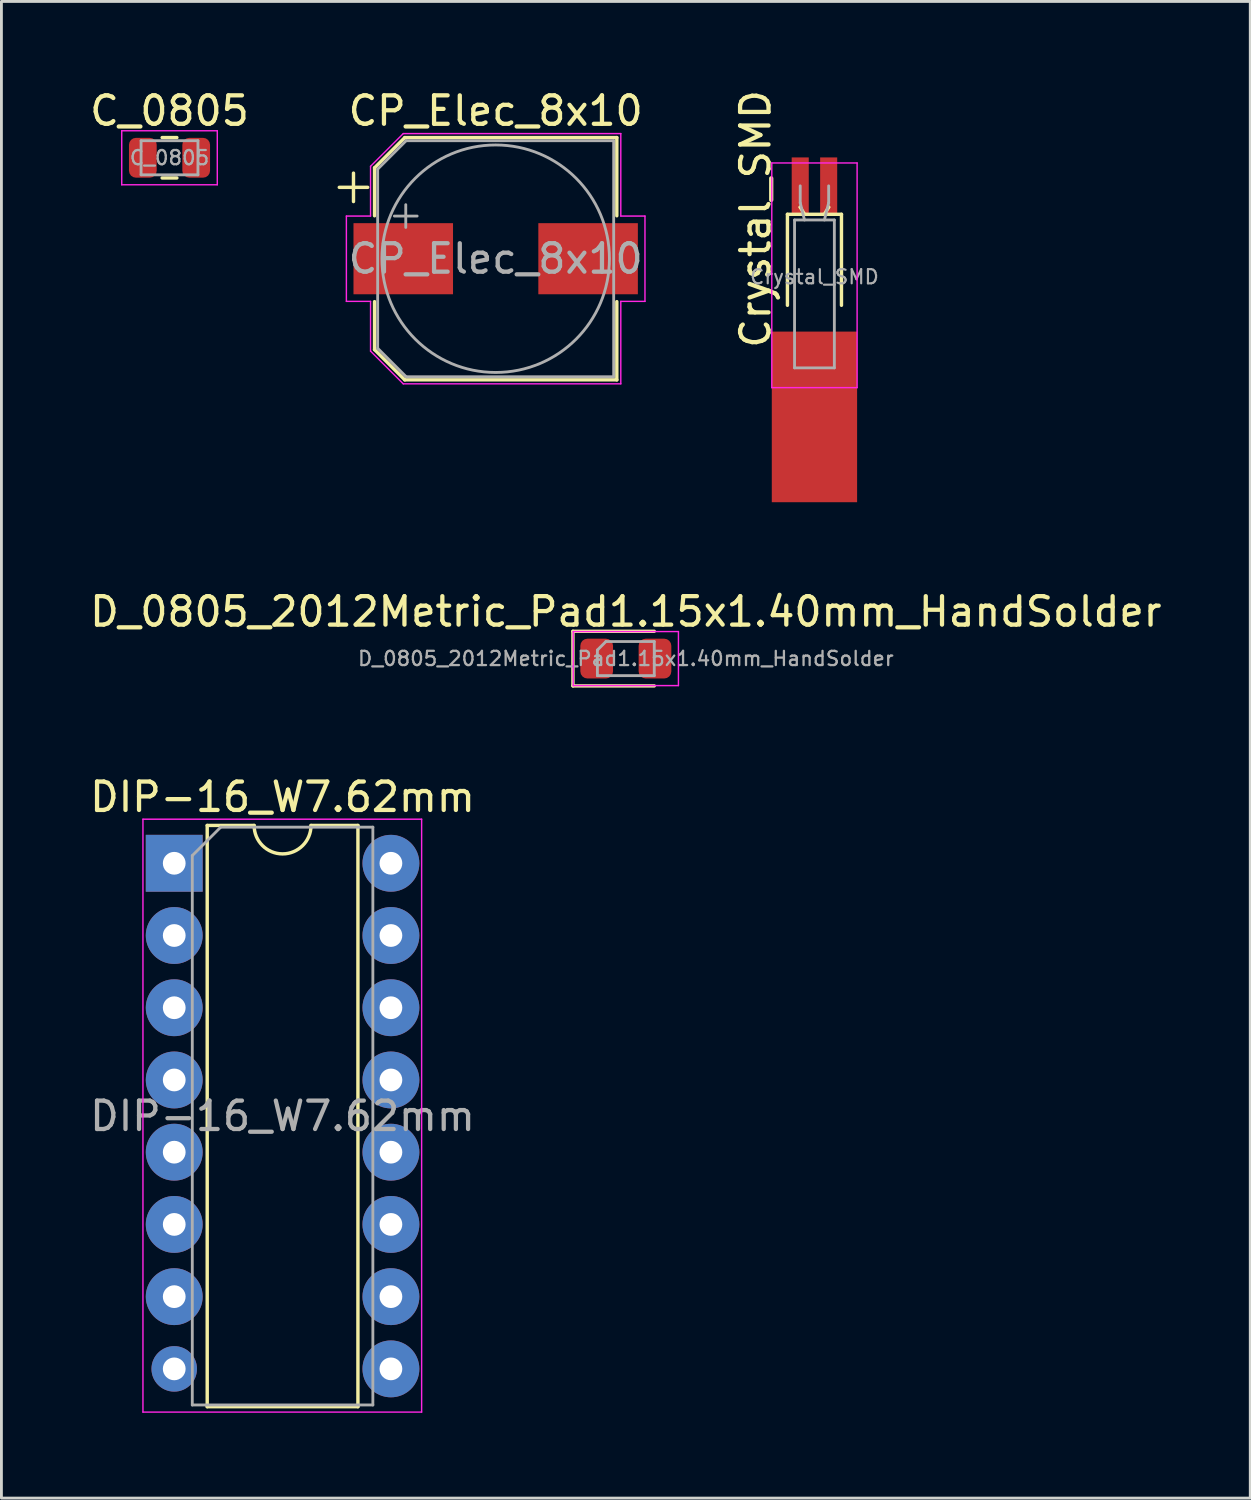
<source format=kicad_pcb>
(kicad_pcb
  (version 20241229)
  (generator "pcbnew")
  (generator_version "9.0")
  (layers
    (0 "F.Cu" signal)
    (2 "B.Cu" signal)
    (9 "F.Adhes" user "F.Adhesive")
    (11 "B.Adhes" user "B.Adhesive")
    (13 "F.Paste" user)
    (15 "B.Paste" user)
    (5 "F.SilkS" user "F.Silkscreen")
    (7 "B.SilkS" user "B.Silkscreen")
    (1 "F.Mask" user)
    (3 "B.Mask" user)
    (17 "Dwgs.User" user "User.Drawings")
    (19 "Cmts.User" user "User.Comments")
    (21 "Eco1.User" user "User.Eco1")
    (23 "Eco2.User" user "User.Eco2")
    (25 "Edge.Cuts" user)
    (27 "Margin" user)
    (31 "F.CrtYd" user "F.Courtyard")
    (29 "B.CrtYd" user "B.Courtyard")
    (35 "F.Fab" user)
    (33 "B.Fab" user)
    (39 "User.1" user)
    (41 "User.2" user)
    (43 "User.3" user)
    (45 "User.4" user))
  (footprint "DIP-16_W7.62mm"
    (layer "F.Cu")
    (at 3.077 27.308)
    (property "Reference" "DIP-16_W7.62mm" (at 3.81 -2.33 0) (layer "F.SilkS") (effects (font (size 1 1) (thickness 0.15))))
    (attr through_hole)
    (fp_line (start 1.16 -1.33) (end 1.16 19.11) (stroke (width 0.12) (type solid)) (layer "F.SilkS"))
    (fp_line (start 1.16 19.11) (end 6.46 19.11) (stroke (width 0.12) (type solid)) (layer "F.SilkS"))
    (fp_line (start 2.81 -1.33) (end 1.16 -1.33) (stroke (width 0.12) (type solid)) (layer "F.SilkS"))
    (fp_line (start 6.46 -1.33) (end 4.81 -1.33) (stroke (width 0.12) (type solid)) (layer "F.SilkS"))
    (fp_line (start 6.46 19.11) (end 6.46 -1.33) (stroke (width 0.12) (type solid)) (layer "F.SilkS"))
    (fp_arc (start 4.81 -1.33) (mid 3.81 -0.33) (end 2.81 -1.33) (stroke (width 0.12) (type solid)) (layer "F.SilkS"))
    (fp_line (start -1.1 -1.55) (end -1.1 19.3) (stroke (width 0.05) (type solid)) (layer "F.CrtYd"))
    (fp_line (start -1.1 19.3) (end 8.7 19.3) (stroke (width 0.05) (type solid)) (layer "F.CrtYd"))
    (fp_line (start 8.7 -1.55) (end -1.1 -1.55) (stroke (width 0.05) (type solid)) (layer "F.CrtYd"))
    (fp_line (start 8.7 19.3) (end 8.7 -1.55) (stroke (width 0.05) (type solid)) (layer "F.CrtYd"))
    (fp_line (start 0.635 -0.27) (end 1.635 -1.27) (stroke (width 0.1) (type solid)) (layer "F.Fab"))
    (fp_line (start 0.635 19.05) (end 0.635 -0.27) (stroke (width 0.1) (type solid)) (layer "F.Fab"))
    (fp_line (start 1.635 -1.27) (end 6.985 -1.27) (stroke (width 0.1) (type solid)) (layer "F.Fab"))
    (fp_line (start 6.985 -1.27) (end 6.985 19.05) (stroke (width 0.1) (type solid)) (layer "F.Fab"))
    (fp_line (start 6.985 19.05) (end 0.635 19.05) (stroke (width 0.1) (type solid)) (layer "F.Fab"))
    (fp_text user "${REFERENCE}" (at 3.81 8.89 0) (layer "F.Fab") (effects (font (size 1 1) (thickness 0.15))))
    (pad "1" thru_hole rect (at 0 0) (size 2 2) (drill 0.8) (layers "*.Cu" "*.Mask"))
    (pad "2" thru_hole circle (at 0 2.54) (size 2 2) (drill 0.8) (layers "*.Cu" "*.Mask"))
    (pad "3" thru_hole circle (at 0 5.08) (size 2 2) (drill 0.8) (layers "*.Cu" "*.Mask"))
    (pad "4" thru_hole circle (at 0 7.62) (size 2 2) (drill 0.8) (layers "*.Cu" "*.Mask"))
    (pad "5" thru_hole circle (at 0 10.16) (size 2 2) (drill 0.8) (layers "*.Cu" "*.Mask"))
    (pad "6" thru_hole circle (at 0 12.7) (size 2 2) (drill 0.8) (layers "*.Cu" "*.Mask"))
    (pad "7" thru_hole circle (at 0 15.24) (size 2 2) (drill 0.8) (layers "*.Cu" "*.Mask"))
    (pad "8" thru_hole oval (at 0 17.78) (size 1.6 1.6) (drill 0.8) (layers "*.Cu" "*.Mask"))
    (pad "9" thru_hole circle (at 7.62 17.78) (size 2 2) (drill 0.8) (layers "*.Cu" "*.Mask"))
    (pad "10" thru_hole circle (at 7.62 15.24) (size 2 2) (drill 0.8) (layers "*.Cu" "*.Mask"))
    (pad "11" thru_hole circle (at 7.62 12.7) (size 2 2) (drill 0.8) (layers "*.Cu" "*.Mask"))
    (pad "12" thru_hole circle (at 7.62 10.16) (size 2 2) (drill 0.8) (layers "*.Cu" "*.Mask"))
    (pad "13" thru_hole circle (at 7.62 7.62) (size 2 2) (drill 0.8) (layers "*.Cu" "*.Mask"))
    (pad "14" thru_hole circle (at 7.62 5.08) (size 2 2) (drill 0.8) (layers "*.Cu" "*.Mask"))
    (pad "15" thru_hole circle (at 7.62 2.54) (size 2 2) (drill 0.8) (layers "*.Cu" "*.Mask"))
    (pad "16" thru_hole circle (at 7.62 0) (size 2 2) (drill 0.8) (layers "*.Cu" "*.Mask")))
  (footprint "CP_Elec_8x10"
    (layer "F.Cu")
    (at 14.381 6.048)
    (property "Reference" "CP_Elec_8x10" (at 0 -5.2 0) (layer "F.SilkS") (effects (font (size 1 1) (thickness 0.15))))
    (attr smd)
    (fp_line (start -5.5 -2.51) (end -4.5 -2.51) (stroke (width 0.12) (type solid)) (layer "F.SilkS"))
    (fp_line (start -5 -3.01) (end -5 -2.01) (stroke (width 0.12) (type solid)) (layer "F.SilkS"))
    (fp_line (start -4.26 -3.196) (end -4.26 -1.51) (stroke (width 0.12) (type solid)) (layer "F.SilkS"))
    (fp_line (start -4.26 -3.196) (end -3.196 -4.26) (stroke (width 0.12) (type solid)) (layer "F.SilkS"))
    (fp_line (start -4.26 3.196) (end -4.26 1.51) (stroke (width 0.12) (type solid)) (layer "F.SilkS"))
    (fp_line (start -4.26 3.196) (end -3.196 4.26) (stroke (width 0.12) (type solid)) (layer "F.SilkS"))
    (fp_line (start -3.196 -4.26) (end 4.26 -4.26) (stroke (width 0.12) (type solid)) (layer "F.SilkS"))
    (fp_line (start -3.196 4.26) (end 4.26 4.26) (stroke (width 0.12) (type solid)) (layer "F.SilkS"))
    (fp_line (start 4.26 -4.26) (end 4.26 -1.51) (stroke (width 0.12) (type solid)) (layer "F.SilkS"))
    (fp_line (start 4.26 4.26) (end 4.26 1.51) (stroke (width 0.12) (type solid)) (layer "F.SilkS"))
    (fp_line (start -5.25 -1.5) (end -5.25 1.5) (stroke (width 0.05) (type solid)) (layer "F.CrtYd"))
    (fp_line (start -5.25 1.5) (end -4.4 1.5) (stroke (width 0.05) (type solid)) (layer "F.CrtYd"))
    (fp_line (start -4.4 -3.25) (end -4.4 -1.5) (stroke (width 0.05) (type solid)) (layer "F.CrtYd"))
    (fp_line (start -4.4 -3.25) (end -3.25 -4.4) (stroke (width 0.05) (type solid)) (layer "F.CrtYd"))
    (fp_line (start -4.4 -1.5) (end -5.25 -1.5) (stroke (width 0.05) (type solid)) (layer "F.CrtYd"))
    (fp_line (start -4.4 1.5) (end -4.4 3.25) (stroke (width 0.05) (type solid)) (layer "F.CrtYd"))
    (fp_line (start -4.4 3.25) (end -3.25 4.4) (stroke (width 0.05) (type solid)) (layer "F.CrtYd"))
    (fp_line (start -3.25 -4.4) (end 4.4 -4.4) (stroke (width 0.05) (type solid)) (layer "F.CrtYd"))
    (fp_line (start -3.25 4.4) (end 4.4 4.4) (stroke (width 0.05) (type solid)) (layer "F.CrtYd"))
    (fp_line (start 4.4 -4.4) (end 4.4 -1.5) (stroke (width 0.05) (type solid)) (layer "F.CrtYd"))
    (fp_line (start 4.4 -1.5) (end 5.25 -1.5) (stroke (width 0.05) (type solid)) (layer "F.CrtYd"))
    (fp_line (start 4.4 1.5) (end 4.4 4.4) (stroke (width 0.05) (type solid)) (layer "F.CrtYd"))
    (fp_line (start 5.25 -1.5) (end 5.25 1.5) (stroke (width 0.05) (type solid)) (layer "F.CrtYd"))
    (fp_line (start 5.25 1.5) (end 4.4 1.5) (stroke (width 0.05) (type solid)) (layer "F.CrtYd"))
    (fp_line (start -4.15 -3.15) (end -4.15 3.15) (stroke (width 0.1) (type solid)) (layer "F.Fab"))
    (fp_line (start -4.15 -3.15) (end -3.15 -4.15) (stroke (width 0.1) (type solid)) (layer "F.Fab"))
    (fp_line (start -4.15 3.15) (end -3.15 4.15) (stroke (width 0.1) (type solid)) (layer "F.Fab"))
    (fp_line (start -3.562 -1.5) (end -2.762 -1.5) (stroke (width 0.1) (type solid)) (layer "F.Fab"))
    (fp_line (start -3.162 -1.9) (end -3.162 -1.1) (stroke (width 0.1) (type solid)) (layer "F.Fab"))
    (fp_line (start -3.15 -4.15) (end 4.15 -4.15) (stroke (width 0.1) (type solid)) (layer "F.Fab"))
    (fp_line (start -3.15 4.15) (end 4.15 4.15) (stroke (width 0.1) (type solid)) (layer "F.Fab"))
    (fp_line (start 4.15 -4.15) (end 4.15 4.15) (stroke (width 0.1) (type solid)) (layer "F.Fab"))
    (fp_circle (center 0 0) (end 4 0) (stroke (width 0.1) (type solid)) (fill no) (layer "F.Fab"))
    (fp_text user "${REFERENCE}" (at 0 0 0) (layer "F.Fab") (effects (font (size 1 1) (thickness 0.15))))
    (pad "1" smd rect (at -3.25 0) (size 3.5 2.5) (layers "F.Cu" "F.Mask" "F.Paste"))
    (pad "2" smd rect (at 3.25 0) (size 3.5 2.5) (layers "F.Cu" "F.Mask" "F.Paste")))
  (footprint "Crystal_SMD"
    (layer "F.Cu")
    (at 25.591 6.611)
    (property "Reference" "Crystal_SMD" (at -2.07 -1.962 90) (layer "F.SilkS") (effects (font (size 1 1) (thickness 0.15))))
    (attr smd)
    (fp_line (start -0.95 -2.125) (end 0.95 -2.125) (stroke (width 0.12) (type solid)) (layer "F.SilkS"))
    (fp_line (start -0.95 1.075) (end -0.95 -2.125) (stroke (width 0.12) (type solid)) (layer "F.SilkS"))
    (fp_line (start -0.5 -2.375) (end -0.5 -2.375) (stroke (width 0.12) (type solid)) (layer "F.SilkS"))
    (fp_line (start -0.35 -2.125) (end -0.5 -2.375) (stroke (width 0.12) (type solid)) (layer "F.SilkS"))
    (fp_line (start 0.35 -2.125) (end 0.5 -2.375) (stroke (width 0.12) (type solid)) (layer "F.SilkS"))
    (fp_line (start 0.5 -2.375) (end 0.5 -2.375) (stroke (width 0.12) (type solid)) (layer "F.SilkS"))
    (fp_line (start 0.95 -2.125) (end 0.95 1.075) (stroke (width 0.12) (type solid)) (layer "F.SilkS"))
    (fp_line (start -1.5 -3.93) (end -1.5 3.97) (stroke (width 0.05) (type solid)) (layer "F.CrtYd"))
    (fp_line (start -1.5 3.97) (end 1.5 3.97) (stroke (width 0.05) (type solid)) (layer "F.CrtYd"))
    (fp_line (start 1.5 -3.93) (end -1.5 -3.93) (stroke (width 0.05) (type solid)) (layer "F.CrtYd"))
    (fp_line (start 1.5 3.97) (end 1.5 -3.93) (stroke (width 0.05) (type solid)) (layer "F.CrtYd"))
    (fp_line (start -0.7 -1.925) (end -0.7 3.275) (stroke (width 0.1) (type solid)) (layer "F.Fab"))
    (fp_line (start -0.7 3.275) (end 0.7 3.275) (stroke (width 0.1) (type solid)) (layer "F.Fab"))
    (fp_line (start -0.5 -2.525) (end -0.5 -3.125) (stroke (width 0.1) (type solid)) (layer "F.Fab"))
    (fp_line (start -0.35 -1.925) (end -0.5 -2.525) (stroke (width 0.1) (type solid)) (layer "F.Fab"))
    (fp_line (start 0.35 -1.925) (end 0.5 -2.525) (stroke (width 0.1) (type solid)) (layer "F.Fab"))
    (fp_line (start 0.5 -2.525) (end 0.5 -3.125) (stroke (width 0.1) (type solid)) (layer "F.Fab"))
    (fp_line (start 0.7 -1.925) (end -0.7 -1.925) (stroke (width 0.1) (type solid)) (layer "F.Fab"))
    (fp_line (start 0.7 3.275) (end 0.7 -1.925) (stroke (width 0.1) (type solid)) (layer "F.Fab"))
    (fp_text user "${REFERENCE}" (at 0 0.075 0) (layer "F.Fab") (effects (font (size 0.5 0.5) (thickness 0.075))))
    (pad "1" smd rect (at -0.5 -3.125) (size 0.6 2) (layers "F.Cu" "F.Mask" "F.Paste"))
    (pad "2" smd rect (at 0.5 -3.125) (size 0.6 2) (layers "F.Cu" "F.Mask" "F.Paste"))
    (pad "3" smd rect (at 0 5) (size 3 6) (layers "F.Cu" "F.Mask" "F.Paste")))
  (footprint "D_0805_2012Metric_Pad1.15x1.40mm_HandSolder"
    (layer "F.Cu")
    (at 18.958 20.11)
    (property "Reference" "D_0805_2012Metric_Pad1.15x1.40mm_HandSolder" (at 0 -1.65 0) (layer "F.SilkS") (effects (font (size 1 1) (thickness 0.15))))
    (attr smd)
    (fp_line (start -1.86 -0.96) (end -1.86 0.96) (stroke (width 0.12) (type solid)) (layer "F.SilkS"))
    (fp_line (start -1.86 0.96) (end 1 0.96) (stroke (width 0.12) (type solid)) (layer "F.SilkS"))
    (fp_line (start 1 -0.96) (end -1.86 -0.96) (stroke (width 0.12) (type solid)) (layer "F.SilkS"))
    (fp_line (start -1.85 -0.95) (end 1.85 -0.95) (stroke (width 0.05) (type solid)) (layer "F.CrtYd"))
    (fp_line (start -1.85 0.95) (end -1.85 -0.95) (stroke (width 0.05) (type solid)) (layer "F.CrtYd"))
    (fp_line (start 1.85 -0.95) (end 1.85 0.95) (stroke (width 0.05) (type solid)) (layer "F.CrtYd"))
    (fp_line (start 1.85 0.95) (end -1.85 0.95) (stroke (width 0.05) (type solid)) (layer "F.CrtYd"))
    (fp_line (start -1 -0.3) (end -1 0.6) (stroke (width 0.1) (type solid)) (layer "F.Fab"))
    (fp_line (start -1 0.6) (end 1 0.6) (stroke (width 0.1) (type solid)) (layer "F.Fab"))
    (fp_line (start -0.7 -0.6) (end -1 -0.3) (stroke (width 0.1) (type solid)) (layer "F.Fab"))
    (fp_line (start 1 -0.6) (end -0.7 -0.6) (stroke (width 0.1) (type solid)) (layer "F.Fab"))
    (fp_line (start 1 0.6) (end 1 -0.6) (stroke (width 0.1) (type solid)) (layer "F.Fab"))
    (fp_text user "${REFERENCE}" (at 0 0 0) (layer "F.Fab") (effects (font (size 0.5 0.5) (thickness 0.08))))
    (pad "1" smd roundrect (at -1.025 0) (size 1.15 1.4) (layers "F.Cu" "F.Mask" "F.Paste") (roundrect_rratio 0.217))
    (pad "2" smd roundrect (at 1.025 0) (size 1.15 1.4) (layers "F.Cu" "F.Mask" "F.Paste") (roundrect_rratio 0.217)))
  (footprint "C_0805"
    (layer "F.Cu")
    (at 2.911 2.498)
    (property "Reference" "C_0805" (at 0 -1.65 0) (layer "F.SilkS") (effects (font (size 1 1) (thickness 0.15))))
    (attr smd)
    (fp_line (start -0.259 -0.71) (end 0.259 -0.71) (stroke (width 0.12) (type solid)) (layer "F.SilkS"))
    (fp_line (start -0.259 0.71) (end 0.259 0.71) (stroke (width 0.12) (type solid)) (layer "F.SilkS"))
    (fp_line (start -1.68 -0.95) (end 1.68 -0.95) (stroke (width 0.05) (type solid)) (layer "F.CrtYd"))
    (fp_line (start -1.68 0.95) (end -1.68 -0.95) (stroke (width 0.05) (type solid)) (layer "F.CrtYd"))
    (fp_line (start 1.68 -0.95) (end 1.68 0.95) (stroke (width 0.05) (type solid)) (layer "F.CrtYd"))
    (fp_line (start 1.68 0.95) (end -1.68 0.95) (stroke (width 0.05) (type solid)) (layer "F.CrtYd"))
    (fp_line (start -1 -0.6) (end 1 -0.6) (stroke (width 0.1) (type solid)) (layer "F.Fab"))
    (fp_line (start -1 0.6) (end -1 -0.6) (stroke (width 0.1) (type solid)) (layer "F.Fab"))
    (fp_line (start 1 -0.6) (end 1 0.6) (stroke (width 0.1) (type solid)) (layer "F.Fab"))
    (fp_line (start 1 0.6) (end -1 0.6) (stroke (width 0.1) (type solid)) (layer "F.Fab"))
    (fp_text user "${REFERENCE}" (at 0 0 0) (layer "F.Fab") (effects (font (size 0.5 0.5) (thickness 0.08))))
    (pad "1" smd roundrect (at -0.938 0) (size 0.975 1.4) (layers "F.Cu" "F.Mask" "F.Paste") (roundrect_rratio 0.25))
    (pad "2" smd roundrect (at 0.938 0) (size 0.975 1.4) (layers "F.Cu" "F.Mask" "F.Paste") (roundrect_rratio 0.25)))
  (gr_rect
    (start -3 -3)
    (end 40.917 49.633)
    (stroke (width 0.1) (type default))
    (fill no)
    (layer "Edge.Cuts")))
</source>
